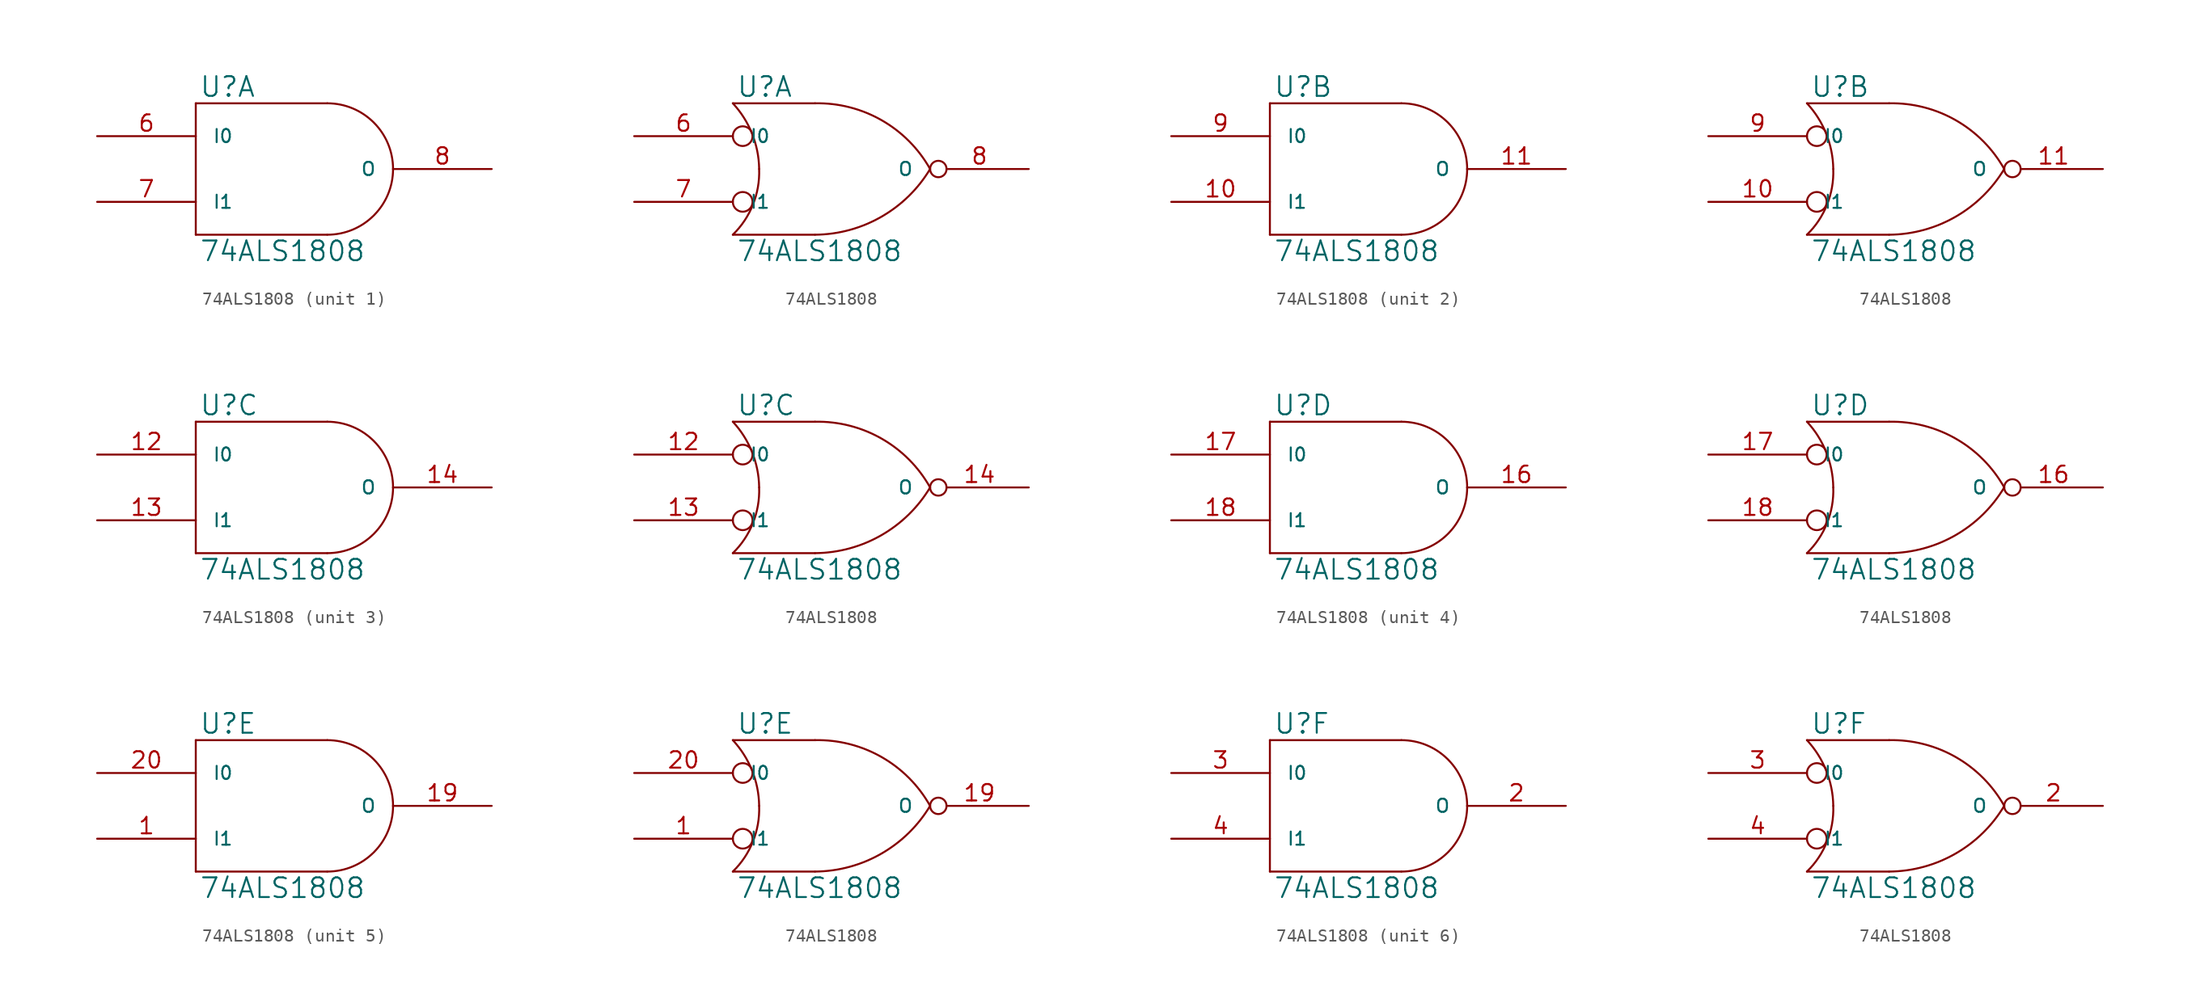
<source format=kicad_sym>
(kicad_symbol_lib
  (version 20231120)
  (generator "kicad_symbol_editor")
  (generator_version "8.0")
  (symbol "74ALS1808"
    (pin_names
      (offset 1.27))
    (property "Reference" "U"
      (at 0.254 0.381 0)
      (effects (font (size 1.524 1.524)) (justify left bottom)))
    (property "Value" "74ALS1808"
      (at 0.254 -10.541 0)
      (effects (font (size 1.524 1.524)) (justify left top)))
    (symbol "74ALS1808_0_1"
      (polyline (pts (xy 0 -10.16) (xy 10.16 -10.16)) (stroke (width 0) (type solid)) (fill (type none)))
      (polyline (pts (xy 0 0) (xy 0 -10.16)) (stroke (width 0) (type solid)) (fill (type none)))
      (polyline (pts (xy 10.16 0) (xy 0 0)) (stroke (width 0) (type solid)) (fill (type none)))
      (arc (start 10.16 -10.16) (mid 13.7521 -8.6721) (end 15.24 -5.08) (stroke (width 0) (type solid)) (fill (type none)))
      (arc (start 15.24 -5.08) (mid 13.7521 -1.4879) (end 10.16 0) (stroke (width 0) (type solid)) (fill (type none))))
    (symbol "74ALS1808_0_2"
      (arc (start 0 -10.16) (mid 1.5573 -7.8293) (end 2.032 -5.08) (stroke (width 0) (type solid)) (fill (type none)))
      (polyline (pts (xy 6.35 -10.16) (xy 0 -10.16)) (stroke (width 0) (type solid)) (fill (type none)))
      (polyline (pts (xy 6.35 0) (xy 0 0)) (stroke (width 0) (type solid)) (fill (type none)))
      (circle (center 0.762 -7.62) (radius 0.762) (stroke (width 0) (type solid)) (fill (type none)))
      (circle (center 0.762 -2.54) (radius 0.762) (stroke (width 0) (type solid)) (fill (type none)))
      (arc (start 2.032 -5.08) (mid 1.4906 -2.3584) (end 0 0) (stroke (width 0) (type solid)) (fill (type none)))
      (arc (start 6.35 -10.16) (mid 11.4496 -8.7875) (end 15.24 -5.08) (stroke (width 0) (type solid)) (fill (type none)))
      (arc (start 15.24 -5.08) (mid 11.4893 -1.3041) (end 6.35 0) (stroke (width 0) (type solid)) (fill (type none))))
    (symbol "74ALS1808_1_1"
      (pin power_in line (at 0 -10.16 90) (length 0) hide (name "GND" (effects (font (size 1.016 1.016)))) (number "15" (effects (font (size 1.27 1.27)))))
      (pin power_in line (at 0 0 270) (length 0) hide (name "VCC" (effects (font (size 1.016 1.016)))) (number "5" (effects (font (size 1.27 1.27)))))
      (pin input line (at -7.62 -2.54 0) (length 7.62) (name "I0" (effects (font (size 1.016 1.016)))) (number "6" (effects (font (size 1.27 1.27)))))
      (pin input line (at -7.62 -7.62 0) (length 7.62) (name "I1" (effects (font (size 1.016 1.016)))) (number "7" (effects (font (size 1.27 1.27)))))
      (pin output line (at 22.86 -5.08 180) (length 7.62) (name "O" (effects (font (size 1.016 1.016)))) (number "8" (effects (font (size 1.27 1.27))))))
    (symbol "74ALS1808_1_2"
      (pin power_in line (at 0 -10.16 90) (length 0) hide (name "GND" (effects (font (size 1.016 1.016)))) (number "15" (effects (font (size 1.27 1.27)))))
      (pin power_in line (at 0 0 270) (length 0) hide (name "VCC" (effects (font (size 1.016 1.016)))) (number "5" (effects (font (size 1.27 1.27)))))
      (pin input line (at -7.62 -2.54 0) (length 7.62) (name "I0" (effects (font (size 1.016 1.016)))) (number "6" (effects (font (size 1.27 1.27)))))
      (pin input line (at -7.62 -7.62 0) (length 7.62) (name "I1" (effects (font (size 1.016 1.016)))) (number "7" (effects (font (size 1.27 1.27)))))
      (pin output inverted (at 22.86 -5.08 180) (length 7.62) (name "O" (effects (font (size 1.016 1.016)))) (number "8" (effects (font (size 1.27 1.27))))))
    (symbol "74ALS1808_2_1"
      (pin input line (at -7.62 -7.62 0) (length 7.62) (name "I1" (effects (font (size 1.016 1.016)))) (number "10" (effects (font (size 1.27 1.27)))))
      (pin output line (at 22.86 -5.08 180) (length 7.62) (name "O" (effects (font (size 1.016 1.016)))) (number "11" (effects (font (size 1.27 1.27)))))
      (pin power_in line (at 0 -10.16 90) (length 0) hide (name "GND" (effects (font (size 1.016 1.016)))) (number "15" (effects (font (size 1.27 1.27)))))
      (pin power_in line (at 0 0 270) (length 0) hide (name "VCC" (effects (font (size 1.016 1.016)))) (number "5" (effects (font (size 1.27 1.27)))))
      (pin input line (at -7.62 -2.54 0) (length 7.62) (name "I0" (effects (font (size 1.016 1.016)))) (number "9" (effects (font (size 1.27 1.27))))))
    (symbol "74ALS1808_2_2"
      (pin input line (at -7.62 -7.62 0) (length 7.62) (name "I1" (effects (font (size 1.016 1.016)))) (number "10" (effects (font (size 1.27 1.27)))))
      (pin output inverted (at 22.86 -5.08 180) (length 7.62) (name "O" (effects (font (size 1.016 1.016)))) (number "11" (effects (font (size 1.27 1.27)))))
      (pin power_in line (at 0 -10.16 90) (length 0) hide (name "GND" (effects (font (size 1.016 1.016)))) (number "15" (effects (font (size 1.27 1.27)))))
      (pin power_in line (at 0 0 270) (length 0) hide (name "VCC" (effects (font (size 1.016 1.016)))) (number "5" (effects (font (size 1.27 1.27)))))
      (pin input line (at -7.62 -2.54 0) (length 7.62) (name "I0" (effects (font (size 1.016 1.016)))) (number "9" (effects (font (size 1.27 1.27))))))
    (symbol "74ALS1808_3_1"
      (pin input line (at -7.62 -2.54 0) (length 7.62) (name "I0" (effects (font (size 1.016 1.016)))) (number "12" (effects (font (size 1.27 1.27)))))
      (pin input line (at -7.62 -7.62 0) (length 7.62) (name "I1" (effects (font (size 1.016 1.016)))) (number "13" (effects (font (size 1.27 1.27)))))
      (pin output line (at 22.86 -5.08 180) (length 7.62) (name "O" (effects (font (size 1.016 1.016)))) (number "14" (effects (font (size 1.27 1.27)))))
      (pin power_in line (at 0 -10.16 90) (length 0) hide (name "GND" (effects (font (size 1.016 1.016)))) (number "15" (effects (font (size 1.27 1.27)))))
      (pin power_in line (at 0 0 270) (length 0) hide (name "VCC" (effects (font (size 1.016 1.016)))) (number "5" (effects (font (size 1.27 1.27))))))
    (symbol "74ALS1808_3_2"
      (pin input line (at -7.62 -2.54 0) (length 7.62) (name "I0" (effects (font (size 1.016 1.016)))) (number "12" (effects (font (size 1.27 1.27)))))
      (pin input line (at -7.62 -7.62 0) (length 7.62) (name "I1" (effects (font (size 1.016 1.016)))) (number "13" (effects (font (size 1.27 1.27)))))
      (pin output inverted (at 22.86 -5.08 180) (length 7.62) (name "O" (effects (font (size 1.016 1.016)))) (number "14" (effects (font (size 1.27 1.27)))))
      (pin power_in line (at 0 -10.16 90) (length 0) hide (name "GND" (effects (font (size 1.016 1.016)))) (number "15" (effects (font (size 1.27 1.27)))))
      (pin power_in line (at 0 0 270) (length 0) hide (name "VCC" (effects (font (size 1.016 1.016)))) (number "5" (effects (font (size 1.27 1.27))))))
    (symbol "74ALS1808_4_1"
      (pin power_in line (at 0 -10.16 90) (length 0) hide (name "GND" (effects (font (size 1.016 1.016)))) (number "15" (effects (font (size 1.27 1.27)))))
      (pin output line (at 22.86 -5.08 180) (length 7.62) (name "O" (effects (font (size 1.016 1.016)))) (number "16" (effects (font (size 1.27 1.27)))))
      (pin input line (at -7.62 -2.54 0) (length 7.62) (name "I0" (effects (font (size 1.016 1.016)))) (number "17" (effects (font (size 1.27 1.27)))))
      (pin input line (at -7.62 -7.62 0) (length 7.62) (name "I1" (effects (font (size 1.016 1.016)))) (number "18" (effects (font (size 1.27 1.27)))))
      (pin power_in line (at 0 0 270) (length 0) hide (name "VCC" (effects (font (size 1.016 1.016)))) (number "5" (effects (font (size 1.27 1.27))))))
    (symbol "74ALS1808_4_2"
      (pin power_in line (at 0 -10.16 90) (length 0) hide (name "GND" (effects (font (size 1.016 1.016)))) (number "15" (effects (font (size 1.27 1.27)))))
      (pin output inverted (at 22.86 -5.08 180) (length 7.62) (name "O" (effects (font (size 1.016 1.016)))) (number "16" (effects (font (size 1.27 1.27)))))
      (pin input line (at -7.62 -2.54 0) (length 7.62) (name "I0" (effects (font (size 1.016 1.016)))) (number "17" (effects (font (size 1.27 1.27)))))
      (pin input line (at -7.62 -7.62 0) (length 7.62) (name "I1" (effects (font (size 1.016 1.016)))) (number "18" (effects (font (size 1.27 1.27)))))
      (pin power_in line (at 0 0 270) (length 0) hide (name "VCC" (effects (font (size 1.016 1.016)))) (number "5" (effects (font (size 1.27 1.27))))))
    (symbol "74ALS1808_5_1"
      (pin input line (at -7.62 -7.62 0) (length 7.62) (name "I1" (effects (font (size 1.016 1.016)))) (number "1" (effects (font (size 1.27 1.27)))))
      (pin power_in line (at 0 -10.16 90) (length 0) hide (name "GND" (effects (font (size 1.016 1.016)))) (number "15" (effects (font (size 1.27 1.27)))))
      (pin output line (at 22.86 -5.08 180) (length 7.62) (name "O" (effects (font (size 1.016 1.016)))) (number "19" (effects (font (size 1.27 1.27)))))
      (pin input line (at -7.62 -2.54 0) (length 7.62) (name "I0" (effects (font (size 1.016 1.016)))) (number "20" (effects (font (size 1.27 1.27)))))
      (pin power_in line (at 0 0 270) (length 0) hide (name "VCC" (effects (font (size 1.016 1.016)))) (number "5" (effects (font (size 1.27 1.27))))))
    (symbol "74ALS1808_5_2"
      (pin input line (at -7.62 -7.62 0) (length 7.62) (name "I1" (effects (font (size 1.016 1.016)))) (number "1" (effects (font (size 1.27 1.27)))))
      (pin power_in line (at 0 -10.16 90) (length 0) hide (name "GND" (effects (font (size 1.016 1.016)))) (number "15" (effects (font (size 1.27 1.27)))))
      (pin output inverted (at 22.86 -5.08 180) (length 7.62) (name "O" (effects (font (size 1.016 1.016)))) (number "19" (effects (font (size 1.27 1.27)))))
      (pin input line (at -7.62 -2.54 0) (length 7.62) (name "I0" (effects (font (size 1.016 1.016)))) (number "20" (effects (font (size 1.27 1.27)))))
      (pin power_in line (at 0 0 270) (length 0) hide (name "VCC" (effects (font (size 1.016 1.016)))) (number "5" (effects (font (size 1.27 1.27))))))
    (symbol "74ALS1808_6_1"
      (pin power_in line (at 0 -10.16 90) (length 0) hide (name "GND" (effects (font (size 1.016 1.016)))) (number "15" (effects (font (size 1.27 1.27)))))
      (pin output line (at 22.86 -5.08 180) (length 7.62) (name "O" (effects (font (size 1.016 1.016)))) (number "2" (effects (font (size 1.27 1.27)))))
      (pin input line (at -7.62 -2.54 0) (length 7.62) (name "I0" (effects (font (size 1.016 1.016)))) (number "3" (effects (font (size 1.27 1.27)))))
      (pin input line (at -7.62 -7.62 0) (length 7.62) (name "I1" (effects (font (size 1.016 1.016)))) (number "4" (effects (font (size 1.27 1.27)))))
      (pin power_in line (at 0 0 270) (length 0) hide (name "VCC" (effects (font (size 1.016 1.016)))) (number "5" (effects (font (size 1.27 1.27))))))
    (symbol "74ALS1808_6_2"
      (pin power_in line (at 0 -10.16 90) (length 0) hide (name "GND" (effects (font (size 1.016 1.016)))) (number "15" (effects (font (size 1.27 1.27)))))
      (pin output inverted (at 22.86 -5.08 180) (length 7.62) (name "O" (effects (font (size 1.016 1.016)))) (number "2" (effects (font (size 1.27 1.27)))))
      (pin input line (at -7.62 -2.54 0) (length 7.62) (name "I0" (effects (font (size 1.016 1.016)))) (number "3" (effects (font (size 1.27 1.27)))))
      (pin input line (at -7.62 -7.62 0) (length 7.62) (name "I1" (effects (font (size 1.016 1.016)))) (number "4" (effects (font (size 1.27 1.27)))))
      (pin power_in line (at 0 0 270) (length 0) hide (name "VCC" (effects (font (size 1.016 1.016)))) (number "5" (effects (font (size 1.27 1.27))))))))
</source>
